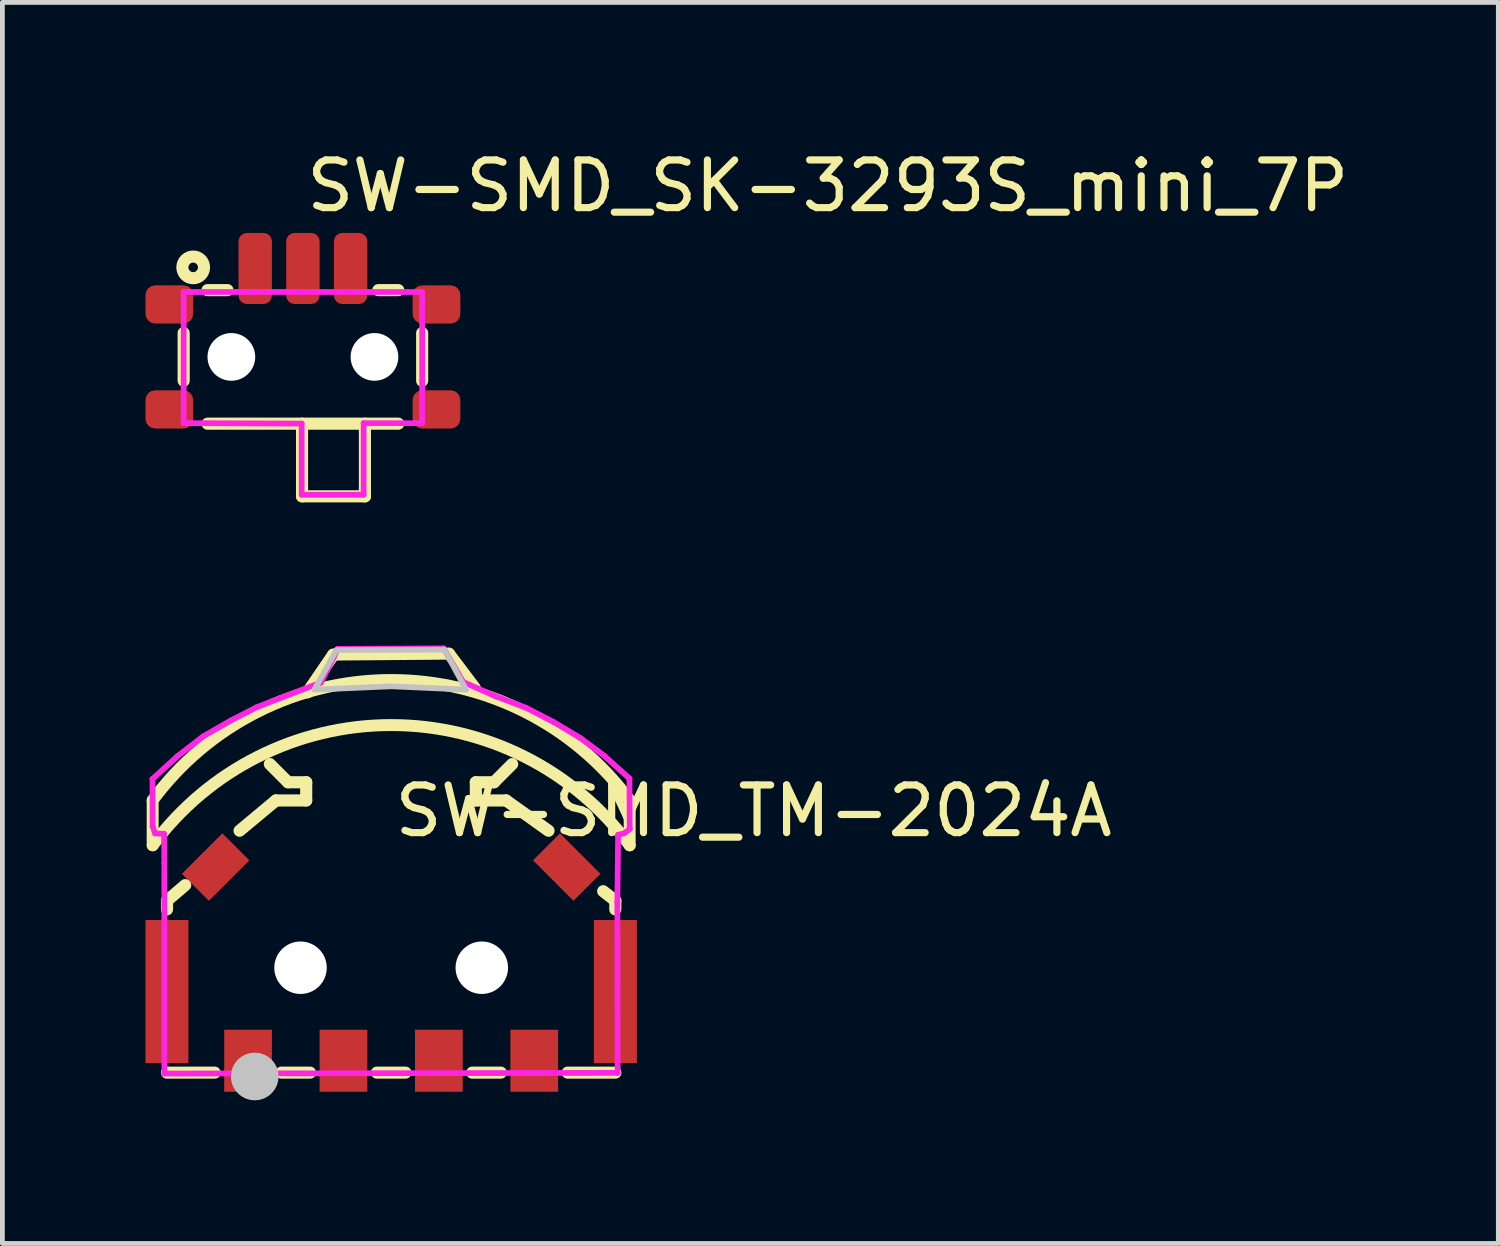
<source format=kicad_pcb>
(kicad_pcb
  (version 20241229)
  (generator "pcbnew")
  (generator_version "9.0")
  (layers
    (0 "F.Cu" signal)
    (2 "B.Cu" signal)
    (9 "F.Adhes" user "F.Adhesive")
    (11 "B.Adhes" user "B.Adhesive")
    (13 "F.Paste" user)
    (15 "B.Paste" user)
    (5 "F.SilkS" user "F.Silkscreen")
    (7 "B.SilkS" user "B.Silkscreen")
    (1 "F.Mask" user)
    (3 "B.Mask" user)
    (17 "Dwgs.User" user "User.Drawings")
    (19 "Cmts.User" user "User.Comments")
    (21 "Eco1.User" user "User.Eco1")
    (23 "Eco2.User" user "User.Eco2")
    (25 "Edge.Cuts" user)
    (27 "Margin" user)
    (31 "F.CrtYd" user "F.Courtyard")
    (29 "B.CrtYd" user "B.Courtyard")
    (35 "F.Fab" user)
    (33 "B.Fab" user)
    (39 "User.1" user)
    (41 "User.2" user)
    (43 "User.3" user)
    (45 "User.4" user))
  (footprint "SW-SMD_SK-3293S_mini_7P"
    (layer "F.Cu")
    (at 3.3 4.055)
    (property "Reference" "SW-SMD_SK-3293S_mini_7P" (at 0 -3.207 0) (layer "F.SilkS") (effects (font (size 1 1) (thickness 0.15)) (justify left)))
    (attr smd)
    (fp_line (start -2.5 -0.123) (end -2.5 0.877) (stroke (width 0.254) (type solid)) (layer "F.SilkS"))
    (fp_line (start -2 -1.023) (end -1.581 -1.023) (stroke (width 0.254) (type solid)) (layer "F.SilkS"))
    (fp_line (start -2 1.777) (end 2 1.777) (stroke (width 0.254) (type solid)) (layer "F.SilkS"))
    (fp_line (start -0.018 1.777) (end -0.018 3.3) (stroke (width 0.254) (type solid)) (layer "F.SilkS"))
    (fp_line (start -0.018 3.3) (end 1.3 3.3) (stroke (width 0.254) (type solid)) (layer "F.SilkS"))
    (fp_line (start 1.3 3.3) (end 1.3 1.777) (stroke (width 0.254) (type solid)) (layer "F.SilkS"))
    (fp_line (start 1.581 -1.023) (end 2 -1.023) (stroke (width 0.254) (type solid)) (layer "F.SilkS"))
    (fp_line (start 2.5 -0.123) (end 2.5 0.877) (stroke (width 0.254) (type solid)) (layer "F.SilkS"))
    (fp_circle (center -2.3 -1.5) (end -2.2 -1.5) (stroke (width 0.254) (type solid)) (fill no) (layer "F.SilkS"))
    (fp_poly (pts (xy -1.85 0.377) (xy -1.843 0.309) (xy -1.823 0.243) (xy -1.791 0.183) (xy -1.748 0.13) (xy -1.695 0.086) (xy -1.634 0.054) (xy -1.568 0.034) (xy -1.5 0.027) (xy -1.432 0.034) (xy -1.366 0.054) (xy -1.306 0.086) (xy -1.253 0.13) (xy -1.209 0.183) (xy -1.177 0.243) (xy -1.157 0.309) (xy -1.15 0.377) (xy -1.157 0.446) (xy -1.177 0.511) (xy -1.209 0.572) (xy -1.253 0.625) (xy -1.306 0.668) (xy -1.366 0.701) (xy -1.432 0.721) (xy -1.5 0.727) (xy -1.568 0.721) (xy -1.634 0.701) (xy -1.695 0.668) (xy -1.748 0.625) (xy -1.791 0.572) (xy -1.823 0.511) (xy -1.843 0.446) (xy -1.85 0.377)) (stroke (width 0.12) (type solid)) (fill no) (layer "Dwgs.User"))
    (fp_poly (pts (xy 1.15 0.377) (xy 1.157 0.309) (xy 1.177 0.243) (xy 1.209 0.183) (xy 1.252 0.129) (xy 1.306 0.086) (xy 1.366 0.054) (xy 1.432 0.034) (xy 1.5 0.027) (xy 1.568 0.034) (xy 1.634 0.054) (xy 1.694 0.086) (xy 1.747 0.129) (xy 1.791 0.183) (xy 1.823 0.243) (xy 1.843 0.309) (xy 1.85 0.377) (xy 1.843 0.445) (xy 1.823 0.511) (xy 1.791 0.571) (xy 1.747 0.624) (xy 1.694 0.668) (xy 1.634 0.7) (xy 1.568 0.72) (xy 1.5 0.727) (xy 1.432 0.72) (xy 1.366 0.7) (xy 1.306 0.668) (xy 1.252 0.624) (xy 1.209 0.571) (xy 1.177 0.511) (xy 1.157 0.445) (xy 1.15 0.377)) (stroke (width 0.12) (type solid)) (fill no) (layer "Dwgs.User"))
    (fp_line (start -2.5 -0.984) (end 2.5 -0.984) (stroke (width 0.12) (type solid)) (layer "F.CrtYd"))
    (fp_line (start -2.5 1.765) (end -2.5 -0.984) (stroke (width 0.12) (type solid)) (layer "F.CrtYd"))
    (fp_line (start -0.026 1.775) (end -2.5 1.765) (stroke (width 0.12) (type solid)) (layer "F.CrtYd"))
    (fp_line (start -0.026 3.266) (end -0.026 1.775) (stroke (width 0.12) (type solid)) (layer "F.CrtYd"))
    (fp_line (start 1.273 1.766) (end 1.273 3.266) (stroke (width 0.12) (type solid)) (layer "F.CrtYd"))
    (fp_line (start 1.273 3.266) (end -0.026 3.266) (stroke (width 0.12) (type solid)) (layer "F.CrtYd"))
    (fp_line (start 2.5 -0.984) (end 2.5 1.766) (stroke (width 0.12) (type solid)) (layer "F.CrtYd"))
    (fp_line (start 2.5 1.766) (end 1.273 1.766) (stroke (width 0.12) (type solid)) (layer "F.CrtYd"))
    (pad "" np_thru_hole circle (at -1.5 0.377) (size 1 1) (drill 1) (layers "*.Cu" "*.Mask"))
    (pad "" np_thru_hole circle (at 1.5 0.377) (size 1 1) (drill 1) (layers "*.Cu" "*.Mask"))
    (pad "1" smd roundrect (at -1 -1.477 180) (size 0.7 1.49) (layers "F.Cu" "F.Mask" "F.Paste") (roundrect_rratio 0.25))
    (pad "2" smd roundrect (at 0 -1.477 180) (size 0.7 1.49) (layers "F.Cu" "F.Mask" "F.Paste") (roundrect_rratio 0.25))
    (pad "3" smd roundrect (at 1 -1.477 180) (size 0.7 1.49) (layers "F.Cu" "F.Mask" "F.Paste") (roundrect_rratio 0.25))
    (pad "MP" smd roundrect (at -2.8 -0.723 270) (size 0.8 1) (layers "F.Cu" "F.Mask" "F.Paste") (roundrect_rratio 0.25))
    (pad "MP" smd roundrect (at -2.8 1.478 270) (size 0.8 1) (layers "F.Cu" "F.Mask" "F.Paste") (roundrect_rratio 0.25))
    (pad "MP" smd roundrect (at 2.8 -0.723 270) (size 0.8 1) (layers "F.Cu" "F.Mask" "F.Paste") (roundrect_rratio 0.25))
    (pad "MP" smd roundrect (at 2.8 1.478 270) (size 0.8 1) (layers "F.Cu" "F.Mask" "F.Paste") (roundrect_rratio 0.25)))
  (footprint "SW-SMD_TM-2024A"
    (layer "F.Cu")
    (at 5.15 17.157)
    (property "Reference" "SW-SMD_TM-2024A" (at 0 -3.207 0) (layer "F.SilkS") (effects (font (size 1 1) (thickness 0.15)) (justify left)))
    (attr smd)
    (fp_line (start -5 -2.487) (end -5 -3.415) (stroke (width 0.25) (type solid)) (layer "F.SilkS"))
    (fp_line (start -4.7 2.279) (end -3.7 2.279) (stroke (width 0.254) (type solid)) (layer "F.SilkS"))
    (fp_line (start -4.699 -1.326) (end -4.318 -1.651) (stroke (width 0.254) (type solid)) (layer "F.SilkS"))
    (fp_line (start -4.699 -1.143) (end -4.699 -1.326) (stroke (width 0.254) (type solid)) (layer "F.SilkS"))
    (fp_line (start -2.543 -4.189) (end -2.162 -3.808) (stroke (width 0.254) (type solid)) (layer "F.SilkS"))
    (fp_line (start -2.416 -3.427) (end -3.178 -2.792) (stroke (width 0.254) (type solid)) (layer "F.SilkS"))
    (fp_line (start -2.3 2.279) (end -1.7 2.279) (stroke (width 0.254) (type solid)) (layer "F.SilkS"))
    (fp_line (start -2.162 -3.808) (end -1.781 -3.808) (stroke (width 0.254) (type solid)) (layer "F.SilkS"))
    (fp_line (start -1.781 -3.808) (end -1.781 -3.427) (stroke (width 0.254) (type solid)) (layer "F.SilkS"))
    (fp_line (start -1.781 -3.427) (end -2.416 -3.427) (stroke (width 0.254) (type solid)) (layer "F.SilkS"))
    (fp_line (start -1.753 -5.694) (end -1.216 -6.484) (stroke (width 0.25) (type solid)) (layer "F.SilkS"))
    (fp_line (start -1.216 -6.484) (end 1.213 -6.504) (stroke (width 0.25) (type solid)) (layer "F.SilkS"))
    (fp_line (start -1.216 -6.47) (end -1.753 -5.694) (stroke (width 0.25) (type solid)) (layer "F.SilkS"))
    (fp_line (start -0.3 2.279) (end 0.3 2.279) (stroke (width 0.254) (type solid)) (layer "F.SilkS"))
    (fp_line (start 1.213 -6.504) (end 1.753 -5.789) (stroke (width 0.25) (type solid)) (layer "F.SilkS"))
    (fp_line (start 1.7 2.279) (end 2.3 2.279) (stroke (width 0.254) (type solid)) (layer "F.SilkS"))
    (fp_line (start 1.775 -3.808) (end 1.775 -3.427) (stroke (width 0.254) (type solid)) (layer "F.SilkS"))
    (fp_line (start 1.775 -3.427) (end 2.41 -3.427) (stroke (width 0.254) (type solid)) (layer "F.SilkS"))
    (fp_line (start 2.156 -3.808) (end 1.775 -3.808) (stroke (width 0.254) (type solid)) (layer "F.SilkS"))
    (fp_line (start 2.41 -3.427) (end 3.299 -2.792) (stroke (width 0.254) (type solid)) (layer "F.SilkS"))
    (fp_line (start 2.537 -4.189) (end 2.156 -3.808) (stroke (width 0.254) (type solid)) (layer "F.SilkS"))
    (fp_line (start 3.7 2.279) (end 4.7 2.279) (stroke (width 0.254) (type solid)) (layer "F.SilkS"))
    (fp_line (start 4.699 -1.326) (end 4.445 -1.524) (stroke (width 0.254) (type solid)) (layer "F.SilkS"))
    (fp_line (start 4.699 -1.143) (end 4.699 -1.326) (stroke (width 0.254) (type solid)) (layer "F.SilkS"))
    (fp_line (start 5 -2.487) (end 5 -3.431) (stroke (width 0.25) (type solid)) (layer "F.SilkS"))
    (fp_arc (start -5 -3.431) (mid -0.000136 -5.951534) (end 4.999839 -3.431218) (stroke (width 0.25) (type solid)) (layer "F.SilkS"))
    (fp_arc (start -4.999 -2.487) (mid 0.001668 -5.007129) (end 5.001795 -2.485926) (stroke (width 0.25) (type solid)) (layer "F.SilkS"))
    (fp_circle (center -2.86 2.36) (end -2.61 2.36) (stroke (width 0.5) (type solid)) (fill no) (layer "Dwgs.User"))
    (fp_poly (pts (xy -1.61 -5.75) (xy 0.003 -5.82) (xy 1.57 -5.75) (xy 1.118 -6.588) (xy -1.144 -6.582)) (stroke (width 0.12) (type solid)) (fill no) (layer "Dwgs.User"))
    (fp_circle (center -5.003 2.298) (end -4.973 2.298) (stroke (width 0.06) (type solid)) (fill no) (layer "Eco2.User"))
    (fp_poly (pts (xy 2.675 1.598) (xy 3.325 1.598) (xy 3.325 2.298) (xy 2.675 2.298)) (stroke (width 0.12) (type solid)) (fill no) (layer "Eco2.User"))
    (fp_line (start -5.003 -3.877) (end -4.476 -4.357) (stroke (width 0.12) (type solid)) (layer "F.CrtYd"))
    (fp_line (start -5.001 -2.885) (end -5.003 -3.877) (stroke (width 0.12) (type solid)) (layer "F.CrtYd"))
    (fp_line (start -4.948 -2.736) (end -5.001 -2.885) (stroke (width 0.12) (type solid)) (layer "F.CrtYd"))
    (fp_line (start -4.762 -2.728) (end -4.948 -2.736) (stroke (width 0.12) (type solid)) (layer "F.CrtYd"))
    (fp_line (start -4.755 -2.113) (end -4.762 -2.728) (stroke (width 0.12) (type solid)) (layer "F.CrtYd"))
    (fp_line (start -4.755 0.072) (end -4.755 -2.113) (stroke (width 0.12) (type solid)) (layer "F.CrtYd"))
    (fp_line (start -4.755 2.298) (end -4.755 0.072) (stroke (width 0.12) (type solid)) (layer "F.CrtYd"))
    (fp_line (start -4.476 -4.357) (end -3.94 -4.771) (stroke (width 0.12) (type solid)) (layer "F.CrtYd"))
    (fp_line (start -3.94 -4.771) (end -3.357 -5.105) (stroke (width 0.12) (type solid)) (layer "F.CrtYd"))
    (fp_line (start -3.357 -5.105) (end -2.816 -5.382) (stroke (width 0.12) (type solid)) (layer "F.CrtYd"))
    (fp_line (start -2.816 -5.382) (end -2.247 -5.603) (stroke (width 0.12) (type solid)) (layer "F.CrtYd"))
    (fp_line (start -2.247 -5.603) (end -1.473 -5.899) (stroke (width 0.12) (type solid)) (layer "F.CrtYd"))
    (fp_line (start -1.473 -5.899) (end -1.203 -6.431) (stroke (width 0.12) (type solid)) (layer "F.CrtYd"))
    (fp_line (start -1.203 -6.431) (end -1.123 -6.604) (stroke (width 0.12) (type solid)) (layer "F.CrtYd"))
    (fp_line (start -1.123 -6.604) (end 1.1 -6.615) (stroke (width 0.12) (type solid)) (layer "F.CrtYd"))
    (fp_line (start 1.1 -6.615) (end 1.509 -5.911) (stroke (width 0.12) (type solid)) (layer "F.CrtYd"))
    (fp_line (start 1.509 -5.911) (end 2.173 -5.618) (stroke (width 0.12) (type solid)) (layer "F.CrtYd"))
    (fp_line (start 2.173 -5.618) (end 2.831 -5.368) (stroke (width 0.12) (type solid)) (layer "F.CrtYd"))
    (fp_line (start 2.831 -5.368) (end 3.405 -5.072) (stroke (width 0.12) (type solid)) (layer "F.CrtYd"))
    (fp_line (start 3.405 -5.072) (end 3.97 -4.733) (stroke (width 0.12) (type solid)) (layer "F.CrtYd"))
    (fp_line (start 3.97 -4.733) (end 4.468 -4.362) (stroke (width 0.12) (type solid)) (layer "F.CrtYd"))
    (fp_line (start 4.468 -4.362) (end 4.995 -3.887) (stroke (width 0.12) (type solid)) (layer "F.CrtYd"))
    (fp_line (start 4.742 -1.29) (end 4.748 2.284) (stroke (width 0.12) (type solid)) (layer "F.CrtYd"))
    (fp_line (start 4.748 2.284) (end -4.755 2.298) (stroke (width 0.12) (type solid)) (layer "F.CrtYd"))
    (fp_line (start 4.758 -2.706) (end 4.742 -1.29) (stroke (width 0.12) (type solid)) (layer "F.CrtYd"))
    (fp_line (start 4.886 -2.739) (end 4.758 -2.706) (stroke (width 0.12) (type solid)) (layer "F.CrtYd"))
    (fp_line (start 4.995 -3.887) (end 5.001 -2.825) (stroke (width 0.12) (type solid)) (layer "F.CrtYd"))
    (fp_line (start 5.001 -2.825) (end 4.886 -2.739) (stroke (width 0.12) (type solid)) (layer "F.CrtYd"))
    (pad "" np_thru_hole circle (at -1.9 0.08) (size 1.1 1.1) (drill 1.1) (layers "*.Cu" "*.Mask"))
    (pad "" np_thru_hole circle (at 1.9 0.08) (size 1.1 1.1) (drill 1.1) (layers "*.Cu" "*.Mask"))
    (pad "1" smd rect (at -3 2.03) (size 1 1.3) (layers "F.Cu" "F.Mask" "F.Paste"))
    (pad "2" smd rect (at 3 2.03) (size 1 1.3) (layers "F.Cu" "F.Mask" "F.Paste"))
    (pad "3" smd rect (at -1 2.03) (size 1 1.3) (layers "F.Cu" "F.Mask" "F.Paste"))
    (pad "4" smd rect (at 1 2.03) (size 1 1.3) (layers "F.Cu" "F.Mask" "F.Paste"))
    (pad "5" smd rect (at -4.7 0.58) (size 0.9 3) (layers "F.Cu" "F.Mask" "F.Paste"))
    (pad "6" smd rect (at 4.7 0.58) (size 0.9 3) (layers "F.Cu" "F.Mask" "F.Paste"))
    (pad "7" smd rect (at -3.68 -2.03 45) (size 1.2 0.8) (layers "F.Cu" "F.Mask" "F.Paste"))
    (pad "8" smd rect (at 3.68 -2.03 315) (size 1.2 0.8) (layers "F.Cu" "F.Mask" "F.Paste")))
  (gr_rect
    (start -3 -3)
    (end 28.36 23.017)
    (stroke (width 0.1) (type default))
    (fill no)
    (layer "Edge.Cuts")))
</source>
